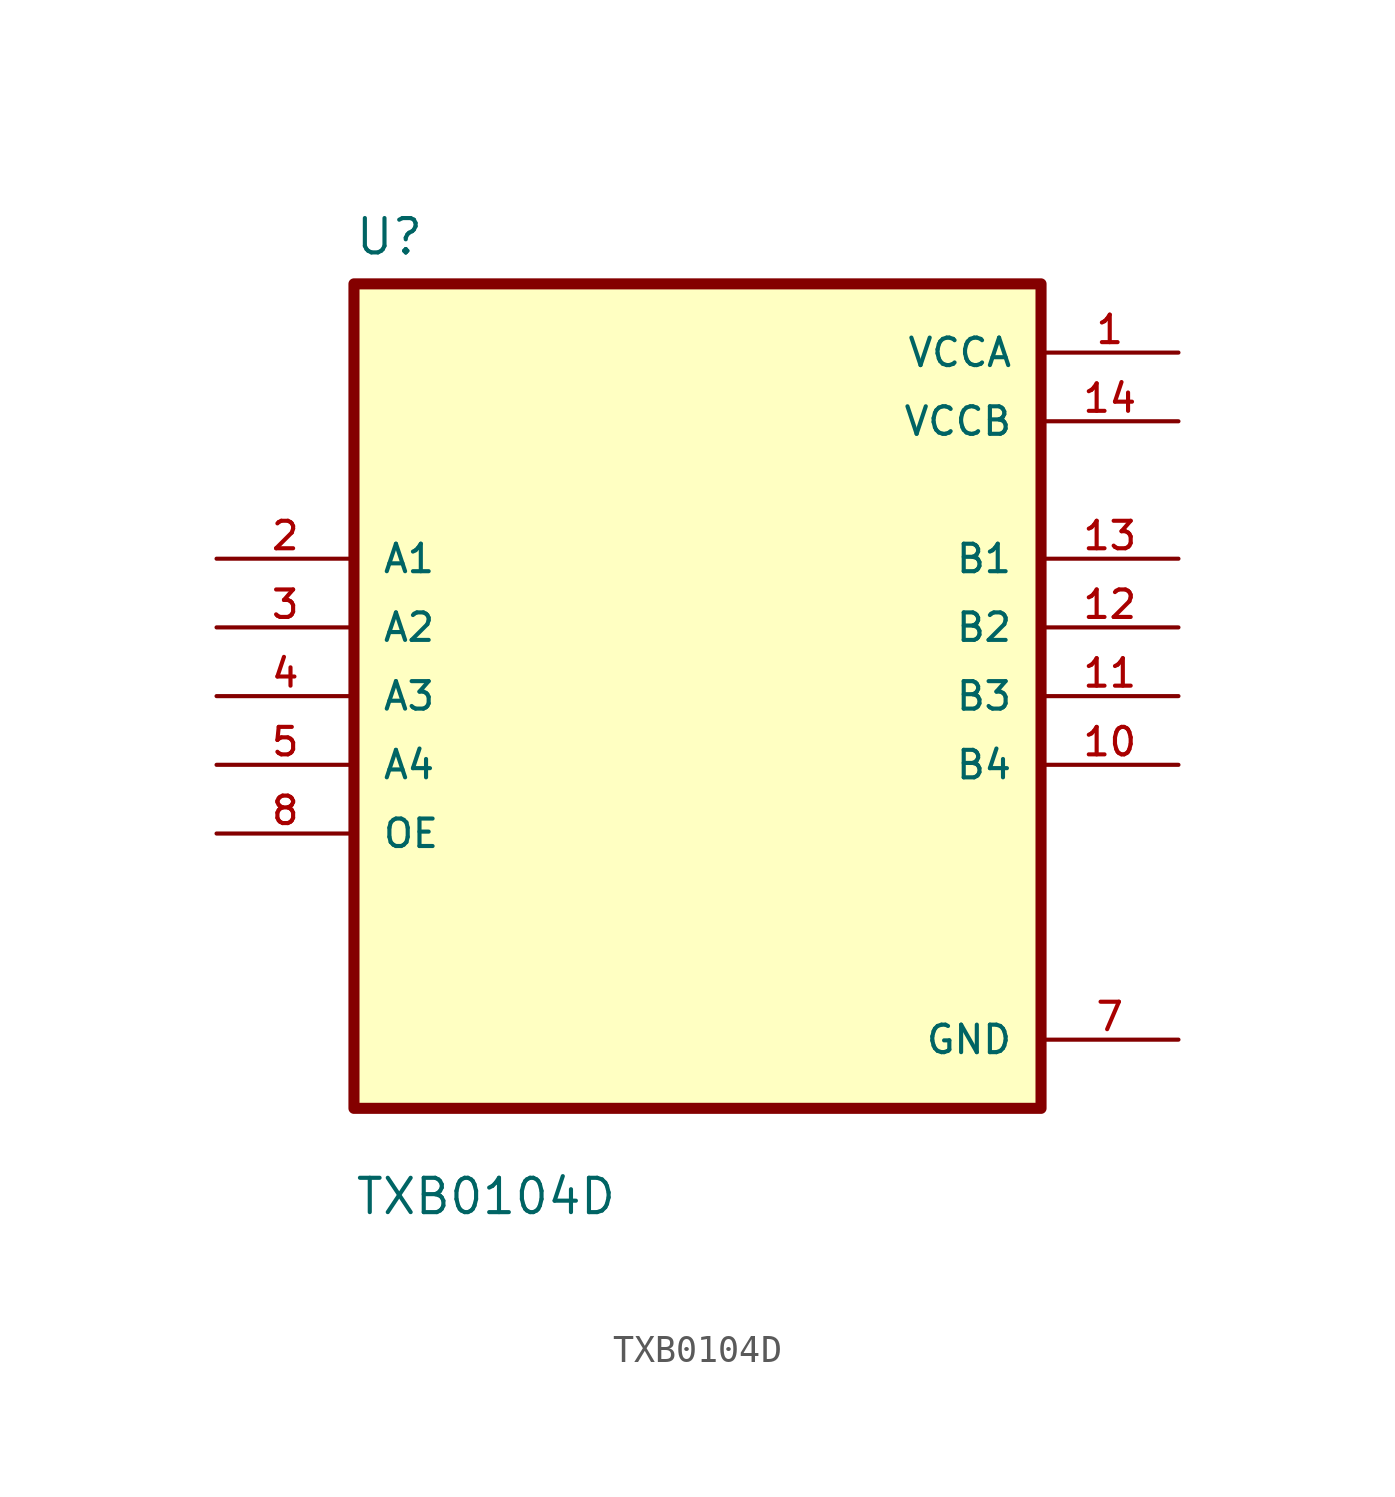
<source format=kicad_sym>
(kicad_symbol_lib
  (version 20211014)
  (generator kicad_symbol_editor)
  (symbol "TXB0104D"
    (pin_names
      (offset 1.016))
    (property "Reference" "U"
      (at -12.7 16.24 0.0)
      (effects (font (size 1.27 1.27)) (justify bottom left)))
    (property "Value" "TXB0104D"
      (at -12.7 -19.24 0.0)
      (effects (font (size 1.27 1.27)) (justify bottom left)))
    (symbol "TXB0104D_0_0"
      (rectangle (start -12.7 -15.24) (end 12.7 15.24) (stroke (width 0.41)) (fill (type background)))
      (pin input line (at -17.78 5.08 0) (length 5.08) (name "A1" (effects (font (size 1.016 1.016)))) (number "2" (effects (font (size 1.016 1.016)))))
      (pin input line (at -17.78 2.54 0) (length 5.08) (name "A2" (effects (font (size 1.016 1.016)))) (number "3" (effects (font (size 1.016 1.016)))))
      (pin input line (at -17.78 0.0 0) (length 5.08) (name "A3" (effects (font (size 1.016 1.016)))) (number "4" (effects (font (size 1.016 1.016)))))
      (pin input line (at -17.78 -2.54 0) (length 5.08) (name "A4" (effects (font (size 1.016 1.016)))) (number "5" (effects (font (size 1.016 1.016)))))
      (pin input line (at -17.78 -5.08 0) (length 5.08) (name "OE" (effects (font (size 1.016 1.016)))) (number "8" (effects (font (size 1.016 1.016)))))
      (pin power_in line (at 17.78 12.7 180.0) (length 5.08) (name "VCCA" (effects (font (size 1.016 1.016)))) (number "1" (effects (font (size 1.016 1.016)))))
      (pin power_in line (at 17.78 10.16 180.0) (length 5.08) (name "VCCB" (effects (font (size 1.016 1.016)))) (number "14" (effects (font (size 1.016 1.016)))))
      (pin output line (at 17.78 5.08 180.0) (length 5.08) (name "B1" (effects (font (size 1.016 1.016)))) (number "13" (effects (font (size 1.016 1.016)))))
      (pin output line (at 17.78 2.54 180.0) (length 5.08) (name "B2" (effects (font (size 1.016 1.016)))) (number "12" (effects (font (size 1.016 1.016)))))
      (pin output line (at 17.78 0.0 180.0) (length 5.08) (name "B3" (effects (font (size 1.016 1.016)))) (number "11" (effects (font (size 1.016 1.016)))))
      (pin output line (at 17.78 -2.54 180.0) (length 5.08) (name "B4" (effects (font (size 1.016 1.016)))) (number "10" (effects (font (size 1.016 1.016)))))
      (pin power_in line (at 17.78 -12.7 180.0) (length 5.08) (name "GND" (effects (font (size 1.016 1.016)))) (number "7" (effects (font (size 1.016 1.016))))))))
</source>
